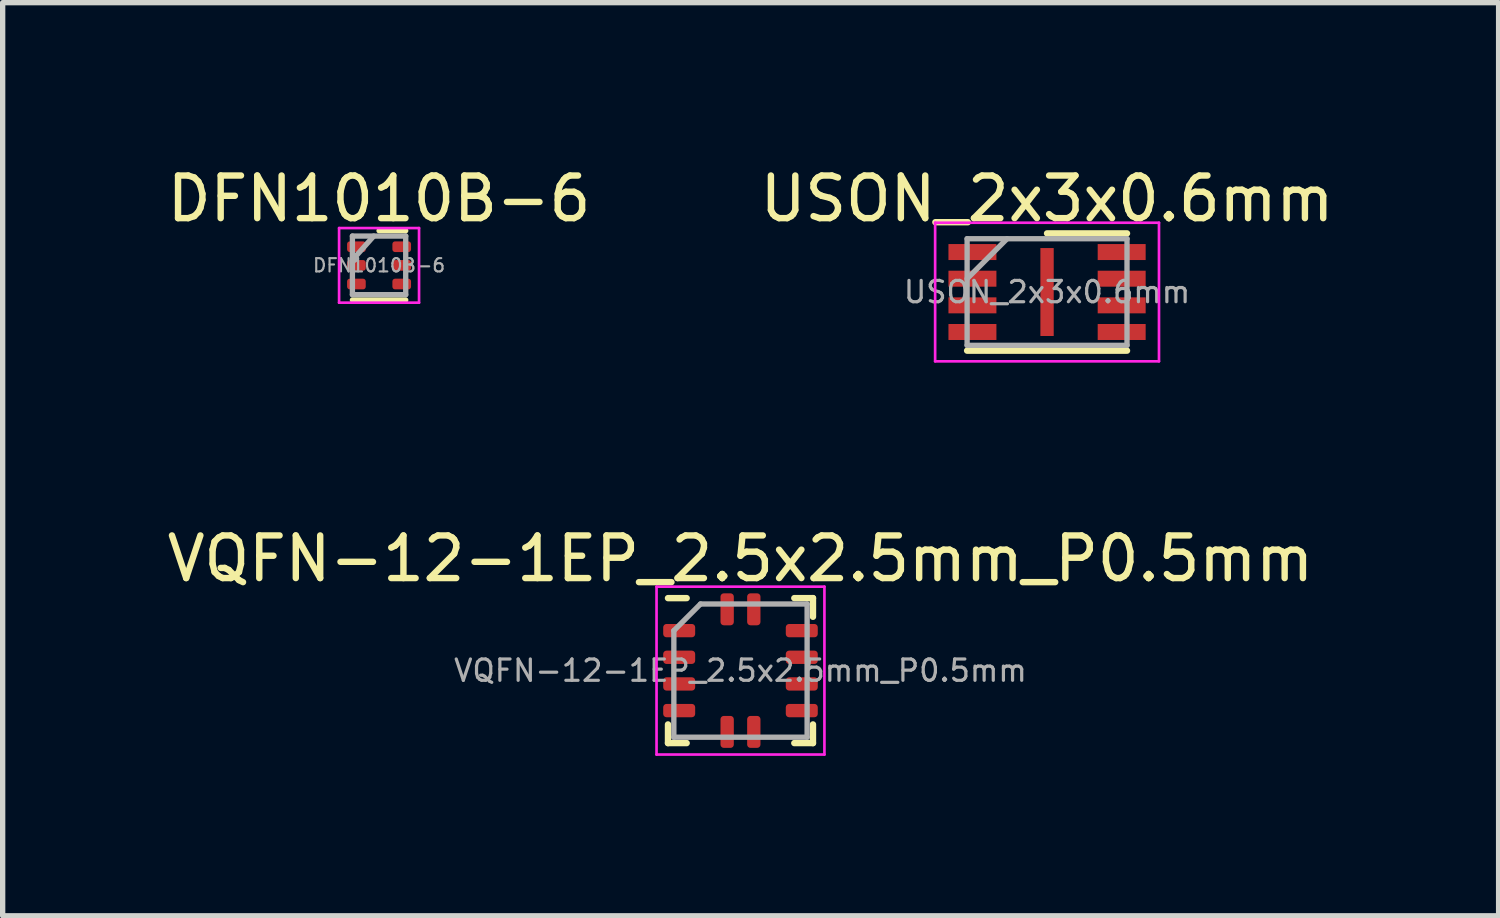
<source format=kicad_pcb>
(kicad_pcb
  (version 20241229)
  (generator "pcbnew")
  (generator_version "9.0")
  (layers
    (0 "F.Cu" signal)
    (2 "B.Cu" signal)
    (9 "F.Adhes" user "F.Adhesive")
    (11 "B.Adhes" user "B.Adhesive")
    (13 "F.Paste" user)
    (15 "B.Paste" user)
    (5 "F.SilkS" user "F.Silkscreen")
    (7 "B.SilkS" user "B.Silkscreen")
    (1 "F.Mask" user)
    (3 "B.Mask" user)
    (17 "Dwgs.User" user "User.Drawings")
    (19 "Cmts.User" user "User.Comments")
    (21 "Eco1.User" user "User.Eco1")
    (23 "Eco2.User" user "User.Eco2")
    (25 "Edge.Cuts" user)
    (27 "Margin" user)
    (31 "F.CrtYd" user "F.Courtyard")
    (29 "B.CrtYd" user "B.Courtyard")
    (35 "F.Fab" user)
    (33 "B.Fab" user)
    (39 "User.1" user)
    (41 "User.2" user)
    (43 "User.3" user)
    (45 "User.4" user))
  (footprint "VQFN-12-1EP_2.5x2.5mm_P0.5mm"
    (layer "F.Cu")
    (at 10.843 9.532)
    (property "Reference" "VQFN-12-1EP_2.5x2.5mm_P0.5mm" (at 0 -2.1 0) (layer "F.SilkS") (effects (font (size 0.8 0.8) (thickness 0.12))))
    (attr smd)
    (fp_line (start -1.36 -1.36) (end -1.01 -1.36) (stroke (width 0.12) (type solid)) (layer "F.SilkS"))
    (fp_line (start -1.36 1.36) (end -1.36 1.01) (stroke (width 0.12) (type solid)) (layer "F.SilkS"))
    (fp_line (start -1.01 1.36) (end -1.36 1.36) (stroke (width 0.12) (type solid)) (layer "F.SilkS"))
    (fp_line (start 1.01 -1.36) (end 1.36 -1.36) (stroke (width 0.12) (type solid)) (layer "F.SilkS"))
    (fp_line (start 1.36 -1.36) (end 1.36 -1.01) (stroke (width 0.12) (type solid)) (layer "F.SilkS"))
    (fp_line (start 1.36 1.01) (end 1.36 1.36) (stroke (width 0.12) (type solid)) (layer "F.SilkS"))
    (fp_line (start 1.36 1.36) (end 1.01 1.36) (stroke (width 0.12) (type solid)) (layer "F.SilkS"))
    (fp_line (start -1.575 -1.575) (end -1.575 1.575) (stroke (width 0.05) (type solid)) (layer "F.CrtYd"))
    (fp_line (start -1.575 1.575) (end 1.575 1.575) (stroke (width 0.05) (type solid)) (layer "F.CrtYd"))
    (fp_line (start 1.575 -1.575) (end -1.575 -1.575) (stroke (width 0.05) (type solid)) (layer "F.CrtYd"))
    (fp_line (start 1.575 1.575) (end 1.575 -1.575) (stroke (width 0.05) (type solid)) (layer "F.CrtYd"))
    (fp_line (start -1.25 -0.75) (end -0.75 -1.25) (stroke (width 0.1) (type solid)) (layer "F.Fab"))
    (fp_line (start -1.25 1.25) (end -1.25 -0.75) (stroke (width 0.1) (type solid)) (layer "F.Fab"))
    (fp_line (start -0.75 -1.25) (end 1.25 -1.25) (stroke (width 0.1) (type solid)) (layer "F.Fab"))
    (fp_line (start 1.25 -1.25) (end 1.25 1.25) (stroke (width 0.1) (type solid)) (layer "F.Fab"))
    (fp_line (start 1.25 1.25) (end -1.25 1.25) (stroke (width 0.1) (type solid)) (layer "F.Fab"))
    (fp_text user "${REFERENCE}" (at 0 0 0) (layer "F.Fab") (effects (font (size 0.4 0.4) (thickness 0.06))))
    (pad "1" smd roundrect (at -1.15 -0.75) (size 0.6 0.25) (layers "F.Cu" "F.Mask" "F.Paste") (roundrect_rratio 0.25))
    (pad "2" smd roundrect (at -1.15 -0.25) (size 0.6 0.25) (layers "F.Cu" "F.Mask" "F.Paste") (roundrect_rratio 0.25))
    (pad "3" smd roundrect (at -1.15 0.25) (size 0.6 0.25) (layers "F.Cu" "F.Mask" "F.Paste") (roundrect_rratio 0.25))
    (pad "4" smd roundrect (at -1.15 0.75) (size 0.6 0.25) (layers "F.Cu" "F.Mask" "F.Paste") (roundrect_rratio 0.25))
    (pad "5" smd roundrect (at -0.25 1.15) (size 0.25 0.6) (layers "F.Cu" "F.Mask" "F.Paste") (roundrect_rratio 0.25))
    (pad "6" smd roundrect (at 0.25 1.15) (size 0.25 0.6) (layers "F.Cu" "F.Mask" "F.Paste") (roundrect_rratio 0.25))
    (pad "7" smd roundrect (at 1.15 0.75) (size 0.6 0.25) (layers "F.Cu" "F.Mask" "F.Paste") (roundrect_rratio 0.25))
    (pad "8" smd roundrect (at 1.15 0.25) (size 0.6 0.25) (layers "F.Cu" "F.Mask" "F.Paste") (roundrect_rratio 0.25))
    (pad "9" smd roundrect (at 1.15 -0.25) (size 0.6 0.25) (layers "F.Cu" "F.Mask" "F.Paste") (roundrect_rratio 0.25))
    (pad "10" smd roundrect (at 1.15 -0.75) (size 0.6 0.25) (layers "F.Cu" "F.Mask" "F.Paste") (roundrect_rratio 0.25))
    (pad "11" smd roundrect (at 0.25 -1.15) (size 0.25 0.6) (layers "F.Cu" "F.Mask" "F.Paste") (roundrect_rratio 0.25))
    (pad "12" smd roundrect (at -0.25 -1.15) (size 0.25 0.6) (layers "F.Cu" "F.Mask" "F.Paste") (roundrect_rratio 0.25)))
  (footprint "DFN1010B-6"
    (layer "F.Cu")
    (at 4.062 1.929)
    (property "Reference" "DFN1010B-6" (at 0 -1.25 0) (unlocked yes) (layer "F.SilkS") (effects (font (size 0.8 0.8) (thickness 0.12))))
    (attr smd)
    (fp_line (start -0.5 0.65) (end 0.5 0.65) (stroke (width 0.1) (type solid)) (layer "F.SilkS"))
    (fp_line (start 0 -0.65) (end 0.5 -0.65) (stroke (width 0.1) (type solid)) (layer "F.SilkS"))
    (fp_line (start -0.75 -0.7) (end 0.75 -0.7) (stroke (width 0.05) (type solid)) (layer "F.CrtYd"))
    (fp_line (start -0.75 0.7) (end -0.75 -0.7) (stroke (width 0.05) (type solid)) (layer "F.CrtYd"))
    (fp_line (start 0.75 -0.7) (end 0.75 0.7) (stroke (width 0.05) (type solid)) (layer "F.CrtYd"))
    (fp_line (start 0.75 0.7) (end -0.75 0.7) (stroke (width 0.05) (type solid)) (layer "F.CrtYd"))
    (fp_line (start -0.5 -0.55) (end -0.5 0.55) (stroke (width 0.1) (type solid)) (layer "F.Fab"))
    (fp_line (start -0.5 -0.1) (end -0.1 -0.55) (stroke (width 0.1) (type solid)) (layer "F.Fab"))
    (fp_line (start 0.5 -0.55) (end -0.5 -0.55) (stroke (width 0.1) (type solid)) (layer "F.Fab"))
    (fp_line (start 0.5 -0.55) (end 0.5 0.55) (stroke (width 0.1) (type solid)) (layer "F.Fab"))
    (fp_line (start 0.5 0.55) (end -0.5 0.55) (stroke (width 0.1) (type solid)) (layer "F.Fab"))
    (fp_text user "${REFERENCE}" (at 0 0 0) (unlocked yes) (layer "F.Fab") (effects (font (size 0.25 0.25) (thickness 0.04))))
    (pad "1" smd roundrect (at -0.425 -0.35) (size 0.35 0.2) (layers "F.Cu" "F.Mask" "F.Paste") (roundrect_rratio 0.25))
    (pad "2" smd roundrect (at -0.425 0) (size 0.35 0.2) (layers "F.Cu" "F.Mask" "F.Paste") (roundrect_rratio 0.25))
    (pad "3" smd roundrect (at -0.425 0.35) (size 0.35 0.2) (layers "F.Cu" "F.Mask" "F.Paste") (roundrect_rratio 0.25))
    (pad "4" smd roundrect (at 0.425 0.35) (size 0.35 0.2) (layers "F.Cu" "F.Mask" "F.Paste") (roundrect_rratio 0.25))
    (pad "5" smd roundrect (at 0.425 0) (size 0.35 0.2) (layers "F.Cu" "F.Mask" "F.Paste") (roundrect_rratio 0.25))
    (pad "6" smd roundrect (at 0.425 -0.35) (size 0.35 0.2) (layers "F.Cu" "F.Mask" "F.Paste") (roundrect_rratio 0.25)))
  (footprint "USON_2x3x0.6mm"
    (layer "F.Cu")
    (at 16.595 2.429)
    (property "Reference" "USON_2x3x0.6mm" (at 0 -1.75 0) (layer "F.SilkS") (effects (font (size 0.8 0.8) (thickness 0.12))))
    (attr smd)
    (fp_line (start -1.5 1.1) (end 1.5 1.1) (stroke (width 0.12) (type solid)) (layer "F.SilkS"))
    (fp_line (start 0 -1.1) (end 1.5 -1.1) (stroke (width 0.12) (type solid)) (layer "F.SilkS"))
    (fp_line (start -2.1 -1.3) (end 2.1 -1.3) (stroke (width 0.05) (type solid)) (layer "F.CrtYd"))
    (fp_line (start -2.1 1.3) (end -2.1 -1.3) (stroke (width 0.05) (type solid)) (layer "F.CrtYd"))
    (fp_line (start 2.1 -1.3) (end 2.1 1.3) (stroke (width 0.05) (type solid)) (layer "F.CrtYd"))
    (fp_line (start 2.1 1.3) (end -2.1 1.3) (stroke (width 0.05) (type solid)) (layer "F.CrtYd"))
    (fp_line (start -1.5 -1) (end 1.5 -1) (stroke (width 0.1) (type solid)) (layer "F.Fab"))
    (fp_line (start -1.5 -0.25) (end -0.75 -1) (stroke (width 0.1) (type solid)) (layer "F.Fab"))
    (fp_line (start -1.5 1) (end -1.5 -1) (stroke (width 0.1) (type solid)) (layer "F.Fab"))
    (fp_line (start 1.5 -1) (end 1.5 1) (stroke (width 0.1) (type solid)) (layer "F.Fab"))
    (fp_line (start 1.5 1) (end -1.5 1) (stroke (width 0.1) (type solid)) (layer "F.Fab"))
    (fp_text user "${REFERENCE}" (at 0 0 0) (layer "F.Fab") (effects (font (size 0.4 0.4) (thickness 0.06))))
    (pad "1" smd rect (at -1.4 -0.75 90) (size 0.3 0.9) (layers "F.Cu" "F.Mask" "F.Paste"))
    (pad "2" smd rect (at -1.4 -0.25 90) (size 0.3 0.9) (layers "F.Cu" "F.Mask" "F.Paste"))
    (pad "3" smd rect (at -1.4 0.25 90) (size 0.3 0.9) (layers "F.Cu" "F.Mask" "F.Paste"))
    (pad "4" smd rect (at -1.4 0.75 90) (size 0.3 0.9) (layers "F.Cu" "F.Mask" "F.Paste"))
    (pad "5" smd rect (at 1.4 0.75 90) (size 0.3 0.9) (layers "F.Cu" "F.Mask" "F.Paste"))
    (pad "6" smd rect (at 1.4 0.25 90) (size 0.3 0.9) (layers "F.Cu" "F.Mask" "F.Paste"))
    (pad "7" smd rect (at 1.4 -0.25 90) (size 0.3 0.9) (layers "F.Cu" "F.Mask" "F.Paste"))
    (pad "8" smd rect (at 1.4 -0.75 90) (size 0.3 0.9) (layers "F.Cu" "F.Mask" "F.Paste"))
    (pad "9" smd rect (at 0 0) (size 0.25 1.65) (layers "F.Cu" "F.Mask" "F.Paste")))
  (gr_rect
    (start -3 -3)
    (end 25.067 14.132)
    (stroke (width 0.1) (type default))
    (fill no)
    (layer "Edge.Cuts")))
</source>
